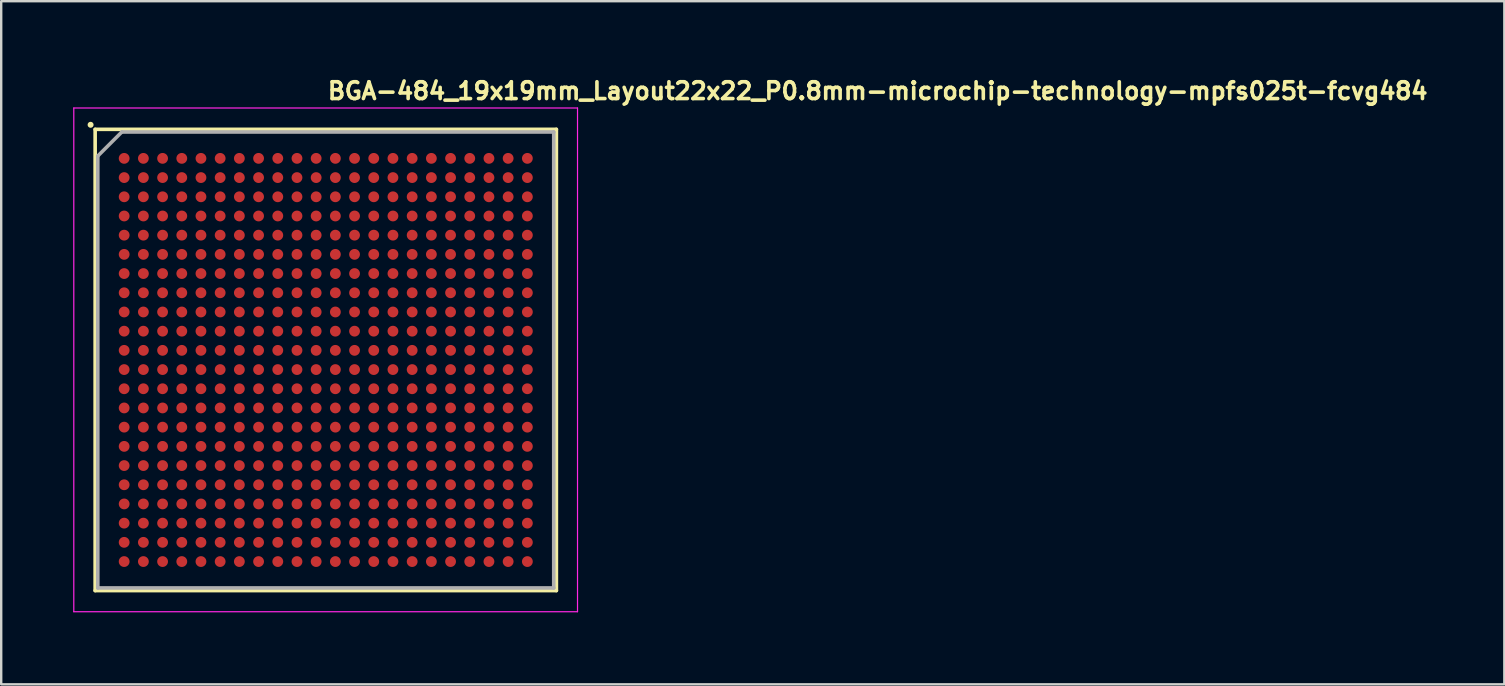
<source format=kicad_pcb>
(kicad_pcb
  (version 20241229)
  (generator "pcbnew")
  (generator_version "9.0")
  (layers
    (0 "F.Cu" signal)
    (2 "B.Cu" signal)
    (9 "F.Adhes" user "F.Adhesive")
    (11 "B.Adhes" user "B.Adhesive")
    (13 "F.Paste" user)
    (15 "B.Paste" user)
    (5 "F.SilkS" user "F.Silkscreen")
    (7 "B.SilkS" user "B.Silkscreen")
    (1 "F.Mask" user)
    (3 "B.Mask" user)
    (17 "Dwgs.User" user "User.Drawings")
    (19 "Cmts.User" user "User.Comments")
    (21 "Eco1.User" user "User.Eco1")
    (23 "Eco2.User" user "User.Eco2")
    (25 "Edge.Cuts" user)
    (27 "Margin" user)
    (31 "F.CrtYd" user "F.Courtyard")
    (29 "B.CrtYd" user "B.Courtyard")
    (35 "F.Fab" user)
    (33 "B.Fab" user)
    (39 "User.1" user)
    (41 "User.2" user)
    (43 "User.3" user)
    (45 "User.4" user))
  (footprint "BGA-484_19x19mm_Layout22x22_P0.8mm-microchip-technology-mpfs025t-fcvg484"
    (layer "F.Cu")
    (at 10.525 11.95)
    (property "Reference" "BGA-484_19x19mm_Layout22x22_P0.8mm-microchip-technology-mpfs025t-fcvg484" (at 0 -10.8 0) (layer "F.SilkS") (effects (font (size 0.7 0.7) (thickness 0.15)) (justify left bottom)))
    (attr smd)
    (fp_line (start -9.61 -9.61) (end 9.609 -9.61) (stroke (width 0.15) (type solid)) (layer "F.SilkS"))
    (fp_line (start -9.61 9.61) (end -9.61 -9.61) (stroke (width 0.15) (type solid)) (layer "F.SilkS"))
    (fp_line (start 9.609 -9.61) (end 9.609 9.609) (stroke (width 0.15) (type solid)) (layer "F.SilkS"))
    (fp_line (start 9.609 9.609) (end -9.61 9.609) (stroke (width 0.15) (type solid)) (layer "F.SilkS"))
    (fp_circle (center -9.8 -9.8) (end -9.75 -9.8) (stroke (width 0.15) (type solid)) (fill yes) (layer "F.SilkS"))
    (fp_line (start -10.5 -10.5) (end -10.5 10.49) (stroke (width 0.05) (type solid)) (layer "F.CrtYd"))
    (fp_line (start -10.5 10.49) (end 10.49 10.49) (stroke (width 0.05) (type solid)) (layer "F.CrtYd"))
    (fp_line (start 10.49 -10.5) (end -10.5 -10.5) (stroke (width 0.05) (type solid)) (layer "F.CrtYd"))
    (fp_line (start 10.49 10.49) (end 10.49 -10.5) (stroke (width 0.05) (type solid)) (layer "F.CrtYd"))
    (fp_line (start -9.5 -8.5) (end -8.5 -9.5) (stroke (width 0.15) (type solid)) (layer "F.Fab"))
    (fp_line (start -9.5 9.499) (end -9.5 -8.5) (stroke (width 0.15) (type solid)) (layer "F.Fab"))
    (fp_line (start -8.5 -9.5) (end 9.499 -9.5) (stroke (width 0.15) (type solid)) (layer "F.Fab"))
    (fp_line (start 9.499 -9.5) (end 9.499 9.499) (stroke (width 0.15) (type solid)) (layer "F.Fab"))
    (fp_line (start 9.499 9.499) (end -9.5 9.499) (stroke (width 0.15) (type solid)) (layer "F.Fab"))
    (fp_line (start -9.5 -9.5) (end -9.5 9.5) (stroke (width 0.1) (type solid)) (layer "User.9"))
    (fp_line (start -9.5 9.5) (end 9.5 9.5) (stroke (width 0.1) (type solid)) (layer "User.9"))
    (fp_line (start -8.075 -7.6) (end -8.071 -7.539) (stroke (width 0.1) (type solid)) (layer "User.9"))
    (fp_line (start -8.071 -7.661) (end -8.075 -7.6) (stroke (width 0.1) (type solid)) (layer "User.9"))
    (fp_line (start -8.071 -7.539) (end -8.059 -7.48) (stroke (width 0.1) (type solid)) (layer "User.9"))
    (fp_line (start -8.059 -7.72) (end -8.071 -7.661) (stroke (width 0.1) (type solid)) (layer "User.9"))
    (fp_line (start -8.059 -7.48) (end -8.04 -7.422) (stroke (width 0.1) (type solid)) (layer "User.9"))
    (fp_line (start -8.04 -7.778) (end -8.059 -7.72) (stroke (width 0.1) (type solid)) (layer "User.9"))
    (fp_line (start -8.04 -7.422) (end -8.014 -7.367) (stroke (width 0.1) (type solid)) (layer "User.9"))
    (fp_line (start -8.014 -7.833) (end -8.04 -7.778) (stroke (width 0.1) (type solid)) (layer "User.9"))
    (fp_line (start -8.014 -7.367) (end -7.981 -7.316) (stroke (width 0.1) (type solid)) (layer "User.9"))
    (fp_line (start -7.981 -7.884) (end -8.014 -7.833) (stroke (width 0.1) (type solid)) (layer "User.9"))
    (fp_line (start -7.981 -7.316) (end -7.941 -7.27) (stroke (width 0.1) (type solid)) (layer "User.9"))
    (fp_line (start -7.941 -7.93) (end -7.981 -7.884) (stroke (width 0.1) (type solid)) (layer "User.9"))
    (fp_line (start -7.941 -7.27) (end -7.896 -7.229) (stroke (width 0.1) (type solid)) (layer "User.9"))
    (fp_line (start -7.896 -7.971) (end -7.941 -7.93) (stroke (width 0.1) (type solid)) (layer "User.9"))
    (fp_line (start -7.896 -7.229) (end -7.846 -7.194) (stroke (width 0.1) (type solid)) (layer "User.9"))
    (fp_line (start -7.846 -8.006) (end -7.896 -7.971) (stroke (width 0.1) (type solid)) (layer "User.9"))
    (fp_line (start -7.846 -7.194) (end -7.792 -7.166) (stroke (width 0.1) (type solid)) (layer "User.9"))
    (fp_line (start -7.792 -8.034) (end -7.846 -8.006) (stroke (width 0.1) (type solid)) (layer "User.9"))
    (fp_line (start -7.792 -7.166) (end -7.735 -7.145) (stroke (width 0.1) (type solid)) (layer "User.9"))
    (fp_line (start -7.735 -8.055) (end -7.792 -8.034) (stroke (width 0.1) (type solid)) (layer "User.9"))
    (fp_line (start -7.735 -7.145) (end -7.676 -7.131) (stroke (width 0.1) (type solid)) (layer "User.9"))
    (fp_line (start -7.676 -8.069) (end -7.735 -8.055) (stroke (width 0.1) (type solid)) (layer "User.9"))
    (fp_line (start -7.676 -7.131) (end -7.615 -7.125) (stroke (width 0.1) (type solid)) (layer "User.9"))
    (fp_line (start -7.615 -8.075) (end -7.676 -8.069) (stroke (width 0.1) (type solid)) (layer "User.9"))
    (fp_line (start -7.615 -7.125) (end -7.554 -7.127) (stroke (width 0.1) (type solid)) (layer "User.9"))
    (fp_line (start -7.554 -8.073) (end -7.615 -8.075) (stroke (width 0.1) (type solid)) (layer "User.9"))
    (fp_line (start -7.554 -7.127) (end -7.494 -7.137) (stroke (width 0.1) (type solid)) (layer "User.9"))
    (fp_line (start -7.494 -8.063) (end -7.554 -8.073) (stroke (width 0.1) (type solid)) (layer "User.9"))
    (fp_line (start -7.494 -7.137) (end -7.436 -7.154) (stroke (width 0.1) (type solid)) (layer "User.9"))
    (fp_line (start -7.436 -8.046) (end -7.494 -8.063) (stroke (width 0.1) (type solid)) (layer "User.9"))
    (fp_line (start -7.436 -7.154) (end -7.38 -7.179) (stroke (width 0.1) (type solid)) (layer "User.9"))
    (fp_line (start -7.38 -8.021) (end -7.436 -8.046) (stroke (width 0.1) (type solid)) (layer "User.9"))
    (fp_line (start -7.38 -7.179) (end -7.328 -7.21) (stroke (width 0.1) (type solid)) (layer "User.9"))
    (fp_line (start -7.328 -7.99) (end -7.38 -8.021) (stroke (width 0.1) (type solid)) (layer "User.9"))
    (fp_line (start -7.328 -7.21) (end -7.281 -7.248) (stroke (width 0.1) (type solid)) (layer "User.9"))
    (fp_line (start -7.281 -7.952) (end -7.328 -7.99) (stroke (width 0.1) (type solid)) (layer "User.9"))
    (fp_line (start -7.281 -7.248) (end -7.238 -7.292) (stroke (width 0.1) (type solid)) (layer "User.9"))
    (fp_line (start -7.238 -7.908) (end -7.281 -7.952) (stroke (width 0.1) (type solid)) (layer "User.9"))
    (fp_line (start -7.238 -7.292) (end -7.202 -7.341) (stroke (width 0.1) (type solid)) (layer "User.9"))
    (fp_line (start -7.202 -7.859) (end -7.238 -7.908) (stroke (width 0.1) (type solid)) (layer "User.9"))
    (fp_line (start -7.202 -7.341) (end -7.172 -7.394) (stroke (width 0.1) (type solid)) (layer "User.9"))
    (fp_line (start -7.172 -7.806) (end -7.202 -7.859) (stroke (width 0.1) (type solid)) (layer "User.9"))
    (fp_line (start -7.172 -7.394) (end -7.149 -7.45) (stroke (width 0.1) (type solid)) (layer "User.9"))
    (fp_line (start -7.149 -7.75) (end -7.172 -7.806) (stroke (width 0.1) (type solid)) (layer "User.9"))
    (fp_line (start -7.149 -7.45) (end -7.134 -7.509) (stroke (width 0.1) (type solid)) (layer "User.9"))
    (fp_line (start -7.134 -7.691) (end -7.149 -7.75) (stroke (width 0.1) (type solid)) (layer "User.9"))
    (fp_line (start -7.134 -7.509) (end -7.126 -7.57) (stroke (width 0.1) (type solid)) (layer "User.9"))
    (fp_line (start -7.126 -7.63) (end -7.134 -7.691) (stroke (width 0.1) (type solid)) (layer "User.9"))
    (fp_line (start -7.126 -7.57) (end -7.126 -7.63) (stroke (width 0.1) (type solid)) (layer "User.9"))
    (fp_line (start 9.5 -9.5) (end -9.5 -9.5) (stroke (width 0.1) (type solid)) (layer "User.9"))
    (fp_line (start 9.5 9.5) (end 9.5 -9.5) (stroke (width 0.1) (type solid)) (layer "User.9"))
    (pad "A1" smd circle (at -8.401 -8.401) (size 0.45 0.45) (layers "F.Cu" "F.Mask" "F.Paste"))
    (pad "A2" smd circle (at -7.6 -8.401) (size 0.45 0.45) (layers "F.Cu" "F.Mask" "F.Paste"))
    (pad "A3" smd circle (at -6.8 -8.401) (size 0.45 0.45) (layers "F.Cu" "F.Mask" "F.Paste"))
    (pad "A4" smd circle (at -6 -8.401) (size 0.45 0.45) (layers "F.Cu" "F.Mask" "F.Paste"))
    (pad "A5" smd circle (at -5.201 -8.401) (size 0.45 0.45) (layers "F.Cu" "F.Mask" "F.Paste"))
    (pad "A6" smd circle (at -4.401 -8.401) (size 0.45 0.45) (layers "F.Cu" "F.Mask" "F.Paste"))
    (pad "A7" smd circle (at -3.601 -8.401) (size 0.45 0.45) (layers "F.Cu" "F.Mask" "F.Paste"))
    (pad "A8" smd circle (at -2.8 -8.401) (size 0.45 0.45) (layers "F.Cu" "F.Mask" "F.Paste"))
    (pad "A9" smd circle (at -2 -8.401) (size 0.45 0.45) (layers "F.Cu" "F.Mask" "F.Paste"))
    (pad "A10" smd circle (at -1.2 -8.401) (size 0.45 0.45) (layers "F.Cu" "F.Mask" "F.Paste"))
    (pad "A11" smd circle (at -0.401 -8.401) (size 0.45 0.45) (layers "F.Cu" "F.Mask" "F.Paste"))
    (pad "A12" smd circle (at 0.4 -8.401) (size 0.45 0.45) (layers "F.Cu" "F.Mask" "F.Paste"))
    (pad "A13" smd circle (at 1.199 -8.401) (size 0.45 0.45) (layers "F.Cu" "F.Mask" "F.Paste"))
    (pad "A14" smd circle (at 1.999 -8.401) (size 0.45 0.45) (layers "F.Cu" "F.Mask" "F.Paste"))
    (pad "A15" smd circle (at 2.799 -8.401) (size 0.45 0.45) (layers "F.Cu" "F.Mask" "F.Paste"))
    (pad "A16" smd circle (at 3.6 -8.401) (size 0.45 0.45) (layers "F.Cu" "F.Mask" "F.Paste"))
    (pad "A17" smd circle (at 4.4 -8.401) (size 0.45 0.45) (layers "F.Cu" "F.Mask" "F.Paste"))
    (pad "A18" smd circle (at 5.2 -8.401) (size 0.45 0.45) (layers "F.Cu" "F.Mask" "F.Paste"))
    (pad "A19" smd circle (at 5.999 -8.401) (size 0.45 0.45) (layers "F.Cu" "F.Mask" "F.Paste"))
    (pad "A20" smd circle (at 6.799 -8.401) (size 0.45 0.45) (layers "F.Cu" "F.Mask" "F.Paste"))
    (pad "A21" smd circle (at 7.599 -8.401) (size 0.45 0.45) (layers "F.Cu" "F.Mask" "F.Paste"))
    (pad "A22" smd circle (at 8.4 -8.401) (size 0.45 0.45) (layers "F.Cu" "F.Mask" "F.Paste"))
    (pad "AA1" smd circle (at -8.401 7.599) (size 0.45 0.45) (layers "F.Cu" "F.Mask" "F.Paste"))
    (pad "AA2" smd circle (at -7.6 7.599) (size 0.45 0.45) (layers "F.Cu" "F.Mask" "F.Paste"))
    (pad "AA3" smd circle (at -6.8 7.599) (size 0.45 0.45) (layers "F.Cu" "F.Mask" "F.Paste"))
    (pad "AA4" smd circle (at -6 7.599) (size 0.45 0.45) (layers "F.Cu" "F.Mask" "F.Paste"))
    (pad "AA5" smd circle (at -5.201 7.599) (size 0.45 0.45) (layers "F.Cu" "F.Mask" "F.Paste"))
    (pad "AA6" smd circle (at -4.401 7.599) (size 0.45 0.45) (layers "F.Cu" "F.Mask" "F.Paste"))
    (pad "AA7" smd circle (at -3.601 7.599) (size 0.45 0.45) (layers "F.Cu" "F.Mask" "F.Paste"))
    (pad "AA8" smd circle (at -2.8 7.599) (size 0.45 0.45) (layers "F.Cu" "F.Mask" "F.Paste"))
    (pad "AA9" smd circle (at -2 7.599) (size 0.45 0.45) (layers "F.Cu" "F.Mask" "F.Paste"))
    (pad "AA10" smd circle (at -1.2 7.599) (size 0.45 0.45) (layers "F.Cu" "F.Mask" "F.Paste"))
    (pad "AA11" smd circle (at -0.401 7.599) (size 0.45 0.45) (layers "F.Cu" "F.Mask" "F.Paste"))
    (pad "AA12" smd circle (at 0.4 7.599) (size 0.45 0.45) (layers "F.Cu" "F.Mask" "F.Paste"))
    (pad "AA13" smd circle (at 1.199 7.599) (size 0.45 0.45) (layers "F.Cu" "F.Mask" "F.Paste"))
    (pad "AA14" smd circle (at 1.999 7.599) (size 0.45 0.45) (layers "F.Cu" "F.Mask" "F.Paste"))
    (pad "AA15" smd circle (at 2.799 7.599) (size 0.45 0.45) (layers "F.Cu" "F.Mask" "F.Paste"))
    (pad "AA16" smd circle (at 3.6 7.599) (size 0.45 0.45) (layers "F.Cu" "F.Mask" "F.Paste"))
    (pad "AA17" smd circle (at 4.4 7.599) (size 0.45 0.45) (layers "F.Cu" "F.Mask" "F.Paste"))
    (pad "AA18" smd circle (at 5.2 7.599) (size 0.45 0.45) (layers "F.Cu" "F.Mask" "F.Paste"))
    (pad "AA19" smd circle (at 5.999 7.599) (size 0.45 0.45) (layers "F.Cu" "F.Mask" "F.Paste"))
    (pad "AA20" smd circle (at 6.799 7.599) (size 0.45 0.45) (layers "F.Cu" "F.Mask" "F.Paste"))
    (pad "AA21" smd circle (at 7.599 7.599) (size 0.45 0.45) (layers "F.Cu" "F.Mask" "F.Paste"))
    (pad "AA22" smd circle (at 8.4 7.599) (size 0.45 0.45) (layers "F.Cu" "F.Mask" "F.Paste"))
    (pad "AB1" smd circle (at -8.401 8.4) (size 0.45 0.45) (layers "F.Cu" "F.Mask" "F.Paste"))
    (pad "AB2" smd circle (at -7.6 8.4) (size 0.45 0.45) (layers "F.Cu" "F.Mask" "F.Paste"))
    (pad "AB3" smd circle (at -6.8 8.4) (size 0.45 0.45) (layers "F.Cu" "F.Mask" "F.Paste"))
    (pad "AB4" smd circle (at -6 8.4) (size 0.45 0.45) (layers "F.Cu" "F.Mask" "F.Paste"))
    (pad "AB5" smd circle (at -5.201 8.4) (size 0.45 0.45) (layers "F.Cu" "F.Mask" "F.Paste"))
    (pad "AB6" smd circle (at -4.401 8.4) (size 0.45 0.45) (layers "F.Cu" "F.Mask" "F.Paste"))
    (pad "AB7" smd circle (at -3.601 8.4) (size 0.45 0.45) (layers "F.Cu" "F.Mask" "F.Paste"))
    (pad "AB8" smd circle (at -2.8 8.4) (size 0.45 0.45) (layers "F.Cu" "F.Mask" "F.Paste"))
    (pad "AB9" smd circle (at -2 8.4) (size 0.45 0.45) (layers "F.Cu" "F.Mask" "F.Paste"))
    (pad "AB10" smd circle (at -1.2 8.4) (size 0.45 0.45) (layers "F.Cu" "F.Mask" "F.Paste"))
    (pad "AB11" smd circle (at -0.401 8.4) (size 0.45 0.45) (layers "F.Cu" "F.Mask" "F.Paste"))
    (pad "AB12" smd circle (at 0.4 8.4) (size 0.45 0.45) (layers "F.Cu" "F.Mask" "F.Paste"))
    (pad "AB13" smd circle (at 1.199 8.4) (size 0.45 0.45) (layers "F.Cu" "F.Mask" "F.Paste"))
    (pad "AB14" smd circle (at 1.999 8.4) (size 0.45 0.45) (layers "F.Cu" "F.Mask" "F.Paste"))
    (pad "AB15" smd circle (at 2.799 8.4) (size 0.45 0.45) (layers "F.Cu" "F.Mask" "F.Paste"))
    (pad "AB16" smd circle (at 3.6 8.4) (size 0.45 0.45) (layers "F.Cu" "F.Mask" "F.Paste"))
    (pad "AB17" smd circle (at 4.4 8.4) (size 0.45 0.45) (layers "F.Cu" "F.Mask" "F.Paste"))
    (pad "AB18" smd circle (at 5.2 8.4) (size 0.45 0.45) (layers "F.Cu" "F.Mask" "F.Paste"))
    (pad "AB19" smd circle (at 5.999 8.4) (size 0.45 0.45) (layers "F.Cu" "F.Mask" "F.Paste"))
    (pad "AB20" smd circle (at 6.799 8.4) (size 0.45 0.45) (layers "F.Cu" "F.Mask" "F.Paste"))
    (pad "AB21" smd circle (at 7.599 8.4) (size 0.45 0.45) (layers "F.Cu" "F.Mask" "F.Paste"))
    (pad "AB22" smd circle (at 8.4 8.4) (size 0.45 0.45) (layers "F.Cu" "F.Mask" "F.Paste"))
    (pad "B1" smd circle (at -8.401 -7.6) (size 0.45 0.45) (layers "F.Cu" "F.Mask" "F.Paste"))
    (pad "B2" smd circle (at -7.6 -7.6) (size 0.45 0.45) (layers "F.Cu" "F.Mask" "F.Paste"))
    (pad "B3" smd circle (at -6.8 -7.6) (size 0.45 0.45) (layers "F.Cu" "F.Mask" "F.Paste"))
    (pad "B4" smd circle (at -6 -7.6) (size 0.45 0.45) (layers "F.Cu" "F.Mask" "F.Paste"))
    (pad "B5" smd circle (at -5.201 -7.6) (size 0.45 0.45) (layers "F.Cu" "F.Mask" "F.Paste"))
    (pad "B6" smd circle (at -4.401 -7.6) (size 0.45 0.45) (layers "F.Cu" "F.Mask" "F.Paste"))
    (pad "B7" smd circle (at -3.601 -7.6) (size 0.45 0.45) (layers "F.Cu" "F.Mask" "F.Paste"))
    (pad "B8" smd circle (at -2.8 -7.6) (size 0.45 0.45) (layers "F.Cu" "F.Mask" "F.Paste"))
    (pad "B9" smd circle (at -2 -7.6) (size 0.45 0.45) (layers "F.Cu" "F.Mask" "F.Paste"))
    (pad "B10" smd circle (at -1.2 -7.6) (size 0.45 0.45) (layers "F.Cu" "F.Mask" "F.Paste"))
    (pad "B11" smd circle (at -0.401 -7.6) (size 0.45 0.45) (layers "F.Cu" "F.Mask" "F.Paste"))
    (pad "B12" smd circle (at 0.4 -7.6) (size 0.45 0.45) (layers "F.Cu" "F.Mask" "F.Paste"))
    (pad "B13" smd circle (at 1.199 -7.6) (size 0.45 0.45) (layers "F.Cu" "F.Mask" "F.Paste"))
    (pad "B14" smd circle (at 1.999 -7.6) (size 0.45 0.45) (layers "F.Cu" "F.Mask" "F.Paste"))
    (pad "B15" smd circle (at 2.799 -7.6) (size 0.45 0.45) (layers "F.Cu" "F.Mask" "F.Paste"))
    (pad "B16" smd circle (at 3.6 -7.6) (size 0.45 0.45) (layers "F.Cu" "F.Mask" "F.Paste"))
    (pad "B17" smd circle (at 4.4 -7.6) (size 0.45 0.45) (layers "F.Cu" "F.Mask" "F.Paste"))
    (pad "B18" smd circle (at 5.2 -7.6) (size 0.45 0.45) (layers "F.Cu" "F.Mask" "F.Paste"))
    (pad "B19" smd circle (at 5.999 -7.6) (size 0.45 0.45) (layers "F.Cu" "F.Mask" "F.Paste"))
    (pad "B20" smd circle (at 6.799 -7.6) (size 0.45 0.45) (layers "F.Cu" "F.Mask" "F.Paste"))
    (pad "B21" smd circle (at 7.599 -7.6) (size 0.45 0.45) (layers "F.Cu" "F.Mask" "F.Paste"))
    (pad "B22" smd circle (at 8.4 -7.6) (size 0.45 0.45) (layers "F.Cu" "F.Mask" "F.Paste"))
    (pad "C1" smd circle (at -8.401 -6.8) (size 0.45 0.45) (layers "F.Cu" "F.Mask" "F.Paste"))
    (pad "C2" smd circle (at -7.6 -6.8) (size 0.45 0.45) (layers "F.Cu" "F.Mask" "F.Paste"))
    (pad "C3" smd circle (at -6.8 -6.8) (size 0.45 0.45) (layers "F.Cu" "F.Mask" "F.Paste"))
    (pad "C4" smd circle (at -6 -6.8) (size 0.45 0.45) (layers "F.Cu" "F.Mask" "F.Paste"))
    (pad "C5" smd circle (at -5.201 -6.8) (size 0.45 0.45) (layers "F.Cu" "F.Mask" "F.Paste"))
    (pad "C6" smd circle (at -4.401 -6.8) (size 0.45 0.45) (layers "F.Cu" "F.Mask" "F.Paste"))
    (pad "C7" smd circle (at -3.601 -6.8) (size 0.45 0.45) (layers "F.Cu" "F.Mask" "F.Paste"))
    (pad "C8" smd circle (at -2.8 -6.8) (size 0.45 0.45) (layers "F.Cu" "F.Mask" "F.Paste"))
    (pad "C9" smd circle (at -2 -6.8) (size 0.45 0.45) (layers "F.Cu" "F.Mask" "F.Paste"))
    (pad "C10" smd circle (at -1.2 -6.8) (size 0.45 0.45) (layers "F.Cu" "F.Mask" "F.Paste"))
    (pad "C11" smd circle (at -0.401 -6.8) (size 0.45 0.45) (layers "F.Cu" "F.Mask" "F.Paste"))
    (pad "C12" smd circle (at 0.4 -6.8) (size 0.45 0.45) (layers "F.Cu" "F.Mask" "F.Paste"))
    (pad "C13" smd circle (at 1.199 -6.8) (size 0.45 0.45) (layers "F.Cu" "F.Mask" "F.Paste"))
    (pad "C14" smd circle (at 1.999 -6.8) (size 0.45 0.45) (layers "F.Cu" "F.Mask" "F.Paste"))
    (pad "C15" smd circle (at 2.799 -6.8) (size 0.45 0.45) (layers "F.Cu" "F.Mask" "F.Paste"))
    (pad "C16" smd circle (at 3.6 -6.8) (size 0.45 0.45) (layers "F.Cu" "F.Mask" "F.Paste"))
    (pad "C17" smd circle (at 4.4 -6.8) (size 0.45 0.45) (layers "F.Cu" "F.Mask" "F.Paste"))
    (pad "C18" smd circle (at 5.2 -6.8) (size 0.45 0.45) (layers "F.Cu" "F.Mask" "F.Paste"))
    (pad "C19" smd circle (at 5.999 -6.8) (size 0.45 0.45) (layers "F.Cu" "F.Mask" "F.Paste"))
    (pad "C20" smd circle (at 6.799 -6.8) (size 0.45 0.45) (layers "F.Cu" "F.Mask" "F.Paste"))
    (pad "C21" smd circle (at 7.599 -6.8) (size 0.45 0.45) (layers "F.Cu" "F.Mask" "F.Paste"))
    (pad "C22" smd circle (at 8.4 -6.8) (size 0.45 0.45) (layers "F.Cu" "F.Mask" "F.Paste"))
    (pad "D1" smd circle (at -8.401 -6) (size 0.45 0.45) (layers "F.Cu" "F.Mask" "F.Paste"))
    (pad "D2" smd circle (at -7.6 -6) (size 0.45 0.45) (layers "F.Cu" "F.Mask" "F.Paste"))
    (pad "D3" smd circle (at -6.8 -6) (size 0.45 0.45) (layers "F.Cu" "F.Mask" "F.Paste"))
    (pad "D4" smd circle (at -6 -6) (size 0.45 0.45) (layers "F.Cu" "F.Mask" "F.Paste"))
    (pad "D5" smd circle (at -5.201 -6) (size 0.45 0.45) (layers "F.Cu" "F.Mask" "F.Paste"))
    (pad "D6" smd circle (at -4.401 -6) (size 0.45 0.45) (layers "F.Cu" "F.Mask" "F.Paste"))
    (pad "D7" smd circle (at -3.601 -6) (size 0.45 0.45) (layers "F.Cu" "F.Mask" "F.Paste"))
    (pad "D8" smd circle (at -2.8 -6) (size 0.45 0.45) (layers "F.Cu" "F.Mask" "F.Paste"))
    (pad "D9" smd circle (at -2 -6) (size 0.45 0.45) (layers "F.Cu" "F.Mask" "F.Paste"))
    (pad "D10" smd circle (at -1.2 -6) (size 0.45 0.45) (layers "F.Cu" "F.Mask" "F.Paste"))
    (pad "D11" smd circle (at -0.401 -6) (size 0.45 0.45) (layers "F.Cu" "F.Mask" "F.Paste"))
    (pad "D12" smd circle (at 0.4 -6) (size 0.45 0.45) (layers "F.Cu" "F.Mask" "F.Paste"))
    (pad "D13" smd circle (at 1.199 -6) (size 0.45 0.45) (layers "F.Cu" "F.Mask" "F.Paste"))
    (pad "D14" smd circle (at 1.999 -6) (size 0.45 0.45) (layers "F.Cu" "F.Mask" "F.Paste"))
    (pad "D15" smd circle (at 2.799 -6) (size 0.45 0.45) (layers "F.Cu" "F.Mask" "F.Paste"))
    (pad "D16" smd circle (at 3.6 -6) (size 0.45 0.45) (layers "F.Cu" "F.Mask" "F.Paste"))
    (pad "D17" smd circle (at 4.4 -6) (size 0.45 0.45) (layers "F.Cu" "F.Mask" "F.Paste"))
    (pad "D18" smd circle (at 5.2 -6) (size 0.45 0.45) (layers "F.Cu" "F.Mask" "F.Paste"))
    (pad "D19" smd circle (at 5.999 -6) (size 0.45 0.45) (layers "F.Cu" "F.Mask" "F.Paste"))
    (pad "D20" smd circle (at 6.799 -6) (size 0.45 0.45) (layers "F.Cu" "F.Mask" "F.Paste"))
    (pad "D21" smd circle (at 7.599 -6) (size 0.45 0.45) (layers "F.Cu" "F.Mask" "F.Paste"))
    (pad "D22" smd circle (at 8.4 -6) (size 0.45 0.45) (layers "F.Cu" "F.Mask" "F.Paste"))
    (pad "E1" smd circle (at -8.401 -5.201) (size 0.45 0.45) (layers "F.Cu" "F.Mask" "F.Paste"))
    (pad "E2" smd circle (at -7.6 -5.201) (size 0.45 0.45) (layers "F.Cu" "F.Mask" "F.Paste"))
    (pad "E3" smd circle (at -6.8 -5.201) (size 0.45 0.45) (layers "F.Cu" "F.Mask" "F.Paste"))
    (pad "E4" smd circle (at -6 -5.201) (size 0.45 0.45) (layers "F.Cu" "F.Mask" "F.Paste"))
    (pad "E5" smd circle (at -5.201 -5.201) (size 0.45 0.45) (layers "F.Cu" "F.Mask" "F.Paste"))
    (pad "E6" smd circle (at -4.401 -5.201) (size 0.45 0.45) (layers "F.Cu" "F.Mask" "F.Paste"))
    (pad "E7" smd circle (at -3.601 -5.201) (size 0.45 0.45) (layers "F.Cu" "F.Mask" "F.Paste"))
    (pad "E8" smd circle (at -2.8 -5.201) (size 0.45 0.45) (layers "F.Cu" "F.Mask" "F.Paste"))
    (pad "E9" smd circle (at -2 -5.201) (size 0.45 0.45) (layers "F.Cu" "F.Mask" "F.Paste"))
    (pad "E10" smd circle (at -1.2 -5.201) (size 0.45 0.45) (layers "F.Cu" "F.Mask" "F.Paste"))
    (pad "E11" smd circle (at -0.401 -5.201) (size 0.45 0.45) (layers "F.Cu" "F.Mask" "F.Paste"))
    (pad "E12" smd circle (at 0.4 -5.201) (size 0.45 0.45) (layers "F.Cu" "F.Mask" "F.Paste"))
    (pad "E13" smd circle (at 1.199 -5.201) (size 0.45 0.45) (layers "F.Cu" "F.Mask" "F.Paste"))
    (pad "E14" smd circle (at 1.999 -5.201) (size 0.45 0.45) (layers "F.Cu" "F.Mask" "F.Paste"))
    (pad "E15" smd circle (at 2.799 -5.201) (size 0.45 0.45) (layers "F.Cu" "F.Mask" "F.Paste"))
    (pad "E16" smd circle (at 3.6 -5.201) (size 0.45 0.45) (layers "F.Cu" "F.Mask" "F.Paste"))
    (pad "E17" smd circle (at 4.4 -5.201) (size 0.45 0.45) (layers "F.Cu" "F.Mask" "F.Paste"))
    (pad "E18" smd circle (at 5.2 -5.201) (size 0.45 0.45) (layers "F.Cu" "F.Mask" "F.Paste"))
    (pad "E19" smd circle (at 5.999 -5.201) (size 0.45 0.45) (layers "F.Cu" "F.Mask" "F.Paste"))
    (pad "E20" smd circle (at 6.799 -5.201) (size 0.45 0.45) (layers "F.Cu" "F.Mask" "F.Paste"))
    (pad "E21" smd circle (at 7.599 -5.201) (size 0.45 0.45) (layers "F.Cu" "F.Mask" "F.Paste"))
    (pad "E22" smd circle (at 8.4 -5.201) (size 0.45 0.45) (layers "F.Cu" "F.Mask" "F.Paste"))
    (pad "F1" smd circle (at -8.401 -4.401) (size 0.45 0.45) (layers "F.Cu" "F.Mask" "F.Paste"))
    (pad "F2" smd circle (at -7.6 -4.401) (size 0.45 0.45) (layers "F.Cu" "F.Mask" "F.Paste"))
    (pad "F3" smd circle (at -6.8 -4.401) (size 0.45 0.45) (layers "F.Cu" "F.Mask" "F.Paste"))
    (pad "F4" smd circle (at -6 -4.401) (size 0.45 0.45) (layers "F.Cu" "F.Mask" "F.Paste"))
    (pad "F5" smd circle (at -5.201 -4.401) (size 0.45 0.45) (layers "F.Cu" "F.Mask" "F.Paste"))
    (pad "F6" smd circle (at -4.401 -4.401) (size 0.45 0.45) (layers "F.Cu" "F.Mask" "F.Paste"))
    (pad "F7" smd circle (at -3.601 -4.401) (size 0.45 0.45) (layers "F.Cu" "F.Mask" "F.Paste"))
    (pad "F8" smd circle (at -2.8 -4.401) (size 0.45 0.45) (layers "F.Cu" "F.Mask" "F.Paste"))
    (pad "F9" smd circle (at -2 -4.401) (size 0.45 0.45) (layers "F.Cu" "F.Mask" "F.Paste"))
    (pad "F10" smd circle (at -1.2 -4.401) (size 0.45 0.45) (layers "F.Cu" "F.Mask" "F.Paste"))
    (pad "F11" smd circle (at -0.401 -4.401) (size 0.45 0.45) (layers "F.Cu" "F.Mask" "F.Paste"))
    (pad "F12" smd circle (at 0.4 -4.401) (size 0.45 0.45) (layers "F.Cu" "F.Mask" "F.Paste"))
    (pad "F13" smd circle (at 1.199 -4.401) (size 0.45 0.45) (layers "F.Cu" "F.Mask" "F.Paste"))
    (pad "F14" smd circle (at 1.999 -4.401) (size 0.45 0.45) (layers "F.Cu" "F.Mask" "F.Paste"))
    (pad "F15" smd circle (at 2.799 -4.401) (size 0.45 0.45) (layers "F.Cu" "F.Mask" "F.Paste"))
    (pad "F16" smd circle (at 3.6 -4.401) (size 0.45 0.45) (layers "F.Cu" "F.Mask" "F.Paste"))
    (pad "F17" smd circle (at 4.4 -4.401) (size 0.45 0.45) (layers "F.Cu" "F.Mask" "F.Paste"))
    (pad "F18" smd circle (at 5.2 -4.401) (size 0.45 0.45) (layers "F.Cu" "F.Mask" "F.Paste"))
    (pad "F19" smd circle (at 5.999 -4.401) (size 0.45 0.45) (layers "F.Cu" "F.Mask" "F.Paste"))
    (pad "F20" smd circle (at 6.799 -4.401) (size 0.45 0.45) (layers "F.Cu" "F.Mask" "F.Paste"))
    (pad "F21" smd circle (at 7.599 -4.401) (size 0.45 0.45) (layers "F.Cu" "F.Mask" "F.Paste"))
    (pad "F22" smd circle (at 8.4 -4.401) (size 0.45 0.45) (layers "F.Cu" "F.Mask" "F.Paste"))
    (pad "G1" smd circle (at -8.401 -3.601) (size 0.45 0.45) (layers "F.Cu" "F.Mask" "F.Paste"))
    (pad "G2" smd circle (at -7.6 -3.601) (size 0.45 0.45) (layers "F.Cu" "F.Mask" "F.Paste"))
    (pad "G3" smd circle (at -6.8 -3.601) (size 0.45 0.45) (layers "F.Cu" "F.Mask" "F.Paste"))
    (pad "G4" smd circle (at -6 -3.601) (size 0.45 0.45) (layers "F.Cu" "F.Mask" "F.Paste"))
    (pad "G5" smd circle (at -5.201 -3.601) (size 0.45 0.45) (layers "F.Cu" "F.Mask" "F.Paste"))
    (pad "G6" smd circle (at -4.401 -3.601) (size 0.45 0.45) (layers "F.Cu" "F.Mask" "F.Paste"))
    (pad "G7" smd circle (at -3.601 -3.601) (size 0.45 0.45) (layers "F.Cu" "F.Mask" "F.Paste"))
    (pad "G8" smd circle (at -2.8 -3.601) (size 0.45 0.45) (layers "F.Cu" "F.Mask" "F.Paste"))
    (pad "G9" smd circle (at -2 -3.601) (size 0.45 0.45) (layers "F.Cu" "F.Mask" "F.Paste"))
    (pad "G10" smd circle (at -1.2 -3.601) (size 0.45 0.45) (layers "F.Cu" "F.Mask" "F.Paste"))
    (pad "G11" smd circle (at -0.401 -3.601) (size 0.45 0.45) (layers "F.Cu" "F.Mask" "F.Paste"))
    (pad "G12" smd circle (at 0.4 -3.601) (size 0.45 0.45) (layers "F.Cu" "F.Mask" "F.Paste"))
    (pad "G13" smd circle (at 1.199 -3.601) (size 0.45 0.45) (layers "F.Cu" "F.Mask" "F.Paste"))
    (pad "G14" smd circle (at 1.999 -3.601) (size 0.45 0.45) (layers "F.Cu" "F.Mask" "F.Paste"))
    (pad "G15" smd circle (at 2.799 -3.601) (size 0.45 0.45) (layers "F.Cu" "F.Mask" "F.Paste"))
    (pad "G16" smd circle (at 3.6 -3.601) (size 0.45 0.45) (layers "F.Cu" "F.Mask" "F.Paste"))
    (pad "G17" smd circle (at 4.4 -3.601) (size 0.45 0.45) (layers "F.Cu" "F.Mask" "F.Paste"))
    (pad "G18" smd circle (at 5.2 -3.601) (size 0.45 0.45) (layers "F.Cu" "F.Mask" "F.Paste"))
    (pad "G19" smd circle (at 5.999 -3.601) (size 0.45 0.45) (layers "F.Cu" "F.Mask" "F.Paste"))
    (pad "G20" smd circle (at 6.799 -3.601) (size 0.45 0.45) (layers "F.Cu" "F.Mask" "F.Paste"))
    (pad "G21" smd circle (at 7.599 -3.601) (size 0.45 0.45) (layers "F.Cu" "F.Mask" "F.Paste"))
    (pad "G22" smd circle (at 8.4 -3.601) (size 0.45 0.45) (layers "F.Cu" "F.Mask" "F.Paste"))
    (pad "H1" smd circle (at -8.401 -2.8) (size 0.45 0.45) (layers "F.Cu" "F.Mask" "F.Paste"))
    (pad "H2" smd circle (at -7.6 -2.8) (size 0.45 0.45) (layers "F.Cu" "F.Mask" "F.Paste"))
    (pad "H3" smd circle (at -6.8 -2.8) (size 0.45 0.45) (layers "F.Cu" "F.Mask" "F.Paste"))
    (pad "H4" smd circle (at -6 -2.8) (size 0.45 0.45) (layers "F.Cu" "F.Mask" "F.Paste"))
    (pad "H5" smd circle (at -5.201 -2.8) (size 0.45 0.45) (layers "F.Cu" "F.Mask" "F.Paste"))
    (pad "H6" smd circle (at -4.401 -2.8) (size 0.45 0.45) (layers "F.Cu" "F.Mask" "F.Paste"))
    (pad "H7" smd circle (at -3.601 -2.8) (size 0.45 0.45) (layers "F.Cu" "F.Mask" "F.Paste"))
    (pad "H8" smd circle (at -2.8 -2.8) (size 0.45 0.45) (layers "F.Cu" "F.Mask" "F.Paste"))
    (pad "H9" smd circle (at -2 -2.8) (size 0.45 0.45) (layers "F.Cu" "F.Mask" "F.Paste"))
    (pad "H10" smd circle (at -1.2 -2.8) (size 0.45 0.45) (layers "F.Cu" "F.Mask" "F.Paste"))
    (pad "H11" smd circle (at -0.401 -2.8) (size 0.45 0.45) (layers "F.Cu" "F.Mask" "F.Paste"))
    (pad "H12" smd circle (at 0.4 -2.8) (size 0.45 0.45) (layers "F.Cu" "F.Mask" "F.Paste"))
    (pad "H13" smd circle (at 1.199 -2.8) (size 0.45 0.45) (layers "F.Cu" "F.Mask" "F.Paste"))
    (pad "H14" smd circle (at 1.999 -2.8) (size 0.45 0.45) (layers "F.Cu" "F.Mask" "F.Paste"))
    (pad "H15" smd circle (at 2.799 -2.8) (size 0.45 0.45) (layers "F.Cu" "F.Mask" "F.Paste"))
    (pad "H16" smd circle (at 3.6 -2.8) (size 0.45 0.45) (layers "F.Cu" "F.Mask" "F.Paste"))
    (pad "H17" smd circle (at 4.4 -2.8) (size 0.45 0.45) (layers "F.Cu" "F.Mask" "F.Paste"))
    (pad "H18" smd circle (at 5.2 -2.8) (size 0.45 0.45) (layers "F.Cu" "F.Mask" "F.Paste"))
    (pad "H19" smd circle (at 5.999 -2.8) (size 0.45 0.45) (layers "F.Cu" "F.Mask" "F.Paste"))
    (pad "H20" smd circle (at 6.799 -2.8) (size 0.45 0.45) (layers "F.Cu" "F.Mask" "F.Paste"))
    (pad "H21" smd circle (at 7.599 -2.8) (size 0.45 0.45) (layers "F.Cu" "F.Mask" "F.Paste"))
    (pad "H22" smd circle (at 8.4 -2.8) (size 0.45 0.45) (layers "F.Cu" "F.Mask" "F.Paste"))
    (pad "J1" smd circle (at -8.401 -2) (size 0.45 0.45) (layers "F.Cu" "F.Mask" "F.Paste"))
    (pad "J2" smd circle (at -7.6 -2) (size 0.45 0.45) (layers "F.Cu" "F.Mask" "F.Paste"))
    (pad "J3" smd circle (at -6.8 -2) (size 0.45 0.45) (layers "F.Cu" "F.Mask" "F.Paste"))
    (pad "J4" smd circle (at -6 -2) (size 0.45 0.45) (layers "F.Cu" "F.Mask" "F.Paste"))
    (pad "J5" smd circle (at -5.201 -2) (size 0.45 0.45) (layers "F.Cu" "F.Mask" "F.Paste"))
    (pad "J6" smd circle (at -4.401 -2) (size 0.45 0.45) (layers "F.Cu" "F.Mask" "F.Paste"))
    (pad "J7" smd circle (at -3.601 -2) (size 0.45 0.45) (layers "F.Cu" "F.Mask" "F.Paste"))
    (pad "J8" smd circle (at -2.8 -2) (size 0.45 0.45) (layers "F.Cu" "F.Mask" "F.Paste"))
    (pad "J9" smd circle (at -2 -2) (size 0.45 0.45) (layers "F.Cu" "F.Mask" "F.Paste"))
    (pad "J10" smd circle (at -1.2 -2) (size 0.45 0.45) (layers "F.Cu" "F.Mask" "F.Paste"))
    (pad "J11" smd circle (at -0.401 -2) (size 0.45 0.45) (layers "F.Cu" "F.Mask" "F.Paste"))
    (pad "J12" smd circle (at 0.4 -2) (size 0.45 0.45) (layers "F.Cu" "F.Mask" "F.Paste"))
    (pad "J13" smd circle (at 1.199 -2) (size 0.45 0.45) (layers "F.Cu" "F.Mask" "F.Paste"))
    (pad "J14" smd circle (at 1.999 -2) (size 0.45 0.45) (layers "F.Cu" "F.Mask" "F.Paste"))
    (pad "J15" smd circle (at 2.799 -2) (size 0.45 0.45) (layers "F.Cu" "F.Mask" "F.Paste"))
    (pad "J16" smd circle (at 3.6 -2) (size 0.45 0.45) (layers "F.Cu" "F.Mask" "F.Paste"))
    (pad "J17" smd circle (at 4.4 -2) (size 0.45 0.45) (layers "F.Cu" "F.Mask" "F.Paste"))
    (pad "J18" smd circle (at 5.2 -2) (size 0.45 0.45) (layers "F.Cu" "F.Mask" "F.Paste"))
    (pad "J19" smd circle (at 5.999 -2) (size 0.45 0.45) (layers "F.Cu" "F.Mask" "F.Paste"))
    (pad "J20" smd circle (at 6.799 -2) (size 0.45 0.45) (layers "F.Cu" "F.Mask" "F.Paste"))
    (pad "J21" smd circle (at 7.599 -2) (size 0.45 0.45) (layers "F.Cu" "F.Mask" "F.Paste"))
    (pad "J22" smd circle (at 8.4 -2) (size 0.45 0.45) (layers "F.Cu" "F.Mask" "F.Paste"))
    (pad "K1" smd circle (at -8.401 -1.2) (size 0.45 0.45) (layers "F.Cu" "F.Mask" "F.Paste"))
    (pad "K2" smd circle (at -7.6 -1.2) (size 0.45 0.45) (layers "F.Cu" "F.Mask" "F.Paste"))
    (pad "K3" smd circle (at -6.8 -1.2) (size 0.45 0.45) (layers "F.Cu" "F.Mask" "F.Paste"))
    (pad "K4" smd circle (at -6 -1.2) (size 0.45 0.45) (layers "F.Cu" "F.Mask" "F.Paste"))
    (pad "K5" smd circle (at -5.201 -1.2) (size 0.45 0.45) (layers "F.Cu" "F.Mask" "F.Paste"))
    (pad "K6" smd circle (at -4.401 -1.2) (size 0.45 0.45) (layers "F.Cu" "F.Mask" "F.Paste"))
    (pad "K7" smd circle (at -3.601 -1.2) (size 0.45 0.45) (layers "F.Cu" "F.Mask" "F.Paste"))
    (pad "K8" smd circle (at -2.8 -1.2) (size 0.45 0.45) (layers "F.Cu" "F.Mask" "F.Paste"))
    (pad "K9" smd circle (at -2 -1.2) (size 0.45 0.45) (layers "F.Cu" "F.Mask" "F.Paste"))
    (pad "K10" smd circle (at -1.2 -1.2) (size 0.45 0.45) (layers "F.Cu" "F.Mask" "F.Paste"))
    (pad "K11" smd circle (at -0.401 -1.2) (size 0.45 0.45) (layers "F.Cu" "F.Mask" "F.Paste"))
    (pad "K12" smd circle (at 0.4 -1.2) (size 0.45 0.45) (layers "F.Cu" "F.Mask" "F.Paste"))
    (pad "K13" smd circle (at 1.199 -1.2) (size 0.45 0.45) (layers "F.Cu" "F.Mask" "F.Paste"))
    (pad "K14" smd circle (at 1.999 -1.2) (size 0.45 0.45) (layers "F.Cu" "F.Mask" "F.Paste"))
    (pad "K15" smd circle (at 2.799 -1.2) (size 0.45 0.45) (layers "F.Cu" "F.Mask" "F.Paste"))
    (pad "K16" smd circle (at 3.6 -1.2) (size 0.45 0.45) (layers "F.Cu" "F.Mask" "F.Paste"))
    (pad "K17" smd circle (at 4.4 -1.2) (size 0.45 0.45) (layers "F.Cu" "F.Mask" "F.Paste"))
    (pad "K18" smd circle (at 5.2 -1.2) (size 0.45 0.45) (layers "F.Cu" "F.Mask" "F.Paste"))
    (pad "K19" smd circle (at 5.999 -1.2) (size 0.45 0.45) (layers "F.Cu" "F.Mask" "F.Paste"))
    (pad "K20" smd circle (at 6.799 -1.2) (size 0.45 0.45) (layers "F.Cu" "F.Mask" "F.Paste"))
    (pad "K21" smd circle (at 7.599 -1.2) (size 0.45 0.45) (layers "F.Cu" "F.Mask" "F.Paste"))
    (pad "K22" smd circle (at 8.4 -1.2) (size 0.45 0.45) (layers "F.Cu" "F.Mask" "F.Paste"))
    (pad "L1" smd circle (at -8.401 -0.401) (size 0.45 0.45) (layers "F.Cu" "F.Mask" "F.Paste"))
    (pad "L2" smd circle (at -7.6 -0.401) (size 0.45 0.45) (layers "F.Cu" "F.Mask" "F.Paste"))
    (pad "L3" smd circle (at -6.8 -0.401) (size 0.45 0.45) (layers "F.Cu" "F.Mask" "F.Paste"))
    (pad "L4" smd circle (at -6 -0.401) (size 0.45 0.45) (layers "F.Cu" "F.Mask" "F.Paste"))
    (pad "L5" smd circle (at -5.201 -0.401) (size 0.45 0.45) (layers "F.Cu" "F.Mask" "F.Paste"))
    (pad "L6" smd circle (at -4.401 -0.401) (size 0.45 0.45) (layers "F.Cu" "F.Mask" "F.Paste"))
    (pad "L7" smd circle (at -3.601 -0.401) (size 0.45 0.45) (layers "F.Cu" "F.Mask" "F.Paste"))
    (pad "L8" smd circle (at -2.8 -0.401) (size 0.45 0.45) (layers "F.Cu" "F.Mask" "F.Paste"))
    (pad "L9" smd circle (at -2 -0.401) (size 0.45 0.45) (layers "F.Cu" "F.Mask" "F.Paste"))
    (pad "L10" smd circle (at -1.2 -0.401) (size 0.45 0.45) (layers "F.Cu" "F.Mask" "F.Paste"))
    (pad "L11" smd circle (at -0.401 -0.401) (size 0.45 0.45) (layers "F.Cu" "F.Mask" "F.Paste"))
    (pad "L12" smd circle (at 0.4 -0.401) (size 0.45 0.45) (layers "F.Cu" "F.Mask" "F.Paste"))
    (pad "L13" smd circle (at 1.199 -0.401) (size 0.45 0.45) (layers "F.Cu" "F.Mask" "F.Paste"))
    (pad "L14" smd circle (at 1.999 -0.401) (size 0.45 0.45) (layers "F.Cu" "F.Mask" "F.Paste"))
    (pad "L15" smd circle (at 2.799 -0.401) (size 0.45 0.45) (layers "F.Cu" "F.Mask" "F.Paste"))
    (pad "L16" smd circle (at 3.6 -0.401) (size 0.45 0.45) (layers "F.Cu" "F.Mask" "F.Paste"))
    (pad "L17" smd circle (at 4.4 -0.401) (size 0.45 0.45) (layers "F.Cu" "F.Mask" "F.Paste"))
    (pad "L18" smd circle (at 5.2 -0.401) (size 0.45 0.45) (layers "F.Cu" "F.Mask" "F.Paste"))
    (pad "L19" smd circle (at 5.999 -0.401) (size 0.45 0.45) (layers "F.Cu" "F.Mask" "F.Paste"))
    (pad "L20" smd circle (at 6.799 -0.401) (size 0.45 0.45) (layers "F.Cu" "F.Mask" "F.Paste"))
    (pad "L21" smd circle (at 7.599 -0.401) (size 0.45 0.45) (layers "F.Cu" "F.Mask" "F.Paste"))
    (pad "L22" smd circle (at 8.4 -0.401) (size 0.45 0.45) (layers "F.Cu" "F.Mask" "F.Paste"))
    (pad "M1" smd circle (at -8.401 0.4) (size 0.45 0.45) (layers "F.Cu" "F.Mask" "F.Paste"))
    (pad "M2" smd circle (at -7.6 0.4) (size 0.45 0.45) (layers "F.Cu" "F.Mask" "F.Paste"))
    (pad "M3" smd circle (at -6.8 0.4) (size 0.45 0.45) (layers "F.Cu" "F.Mask" "F.Paste"))
    (pad "M4" smd circle (at -6 0.4) (size 0.45 0.45) (layers "F.Cu" "F.Mask" "F.Paste"))
    (pad "M5" smd circle (at -5.201 0.4) (size 0.45 0.45) (layers "F.Cu" "F.Mask" "F.Paste"))
    (pad "M6" smd circle (at -4.401 0.4) (size 0.45 0.45) (layers "F.Cu" "F.Mask" "F.Paste"))
    (pad "M7" smd circle (at -3.601 0.4) (size 0.45 0.45) (layers "F.Cu" "F.Mask" "F.Paste"))
    (pad "M8" smd circle (at -2.8 0.4) (size 0.45 0.45) (layers "F.Cu" "F.Mask" "F.Paste"))
    (pad "M9" smd circle (at -2 0.4) (size 0.45 0.45) (layers "F.Cu" "F.Mask" "F.Paste"))
    (pad "M10" smd circle (at -1.2 0.4) (size 0.45 0.45) (layers "F.Cu" "F.Mask" "F.Paste"))
    (pad "M11" smd circle (at -0.401 0.4) (size 0.45 0.45) (layers "F.Cu" "F.Mask" "F.Paste"))
    (pad "M12" smd circle (at 0.4 0.4) (size 0.45 0.45) (layers "F.Cu" "F.Mask" "F.Paste"))
    (pad "M13" smd circle (at 1.199 0.4) (size 0.45 0.45) (layers "F.Cu" "F.Mask" "F.Paste"))
    (pad "M14" smd circle (at 1.999 0.4) (size 0.45 0.45) (layers "F.Cu" "F.Mask" "F.Paste"))
    (pad "M15" smd circle (at 2.799 0.4) (size 0.45 0.45) (layers "F.Cu" "F.Mask" "F.Paste"))
    (pad "M16" smd circle (at 3.6 0.4) (size 0.45 0.45) (layers "F.Cu" "F.Mask" "F.Paste"))
    (pad "M17" smd circle (at 4.4 0.4) (size 0.45 0.45) (layers "F.Cu" "F.Mask" "F.Paste"))
    (pad "M18" smd circle (at 5.2 0.4) (size 0.45 0.45) (layers "F.Cu" "F.Mask" "F.Paste"))
    (pad "M19" smd circle (at 5.999 0.4) (size 0.45 0.45) (layers "F.Cu" "F.Mask" "F.Paste"))
    (pad "M20" smd circle (at 6.799 0.4) (size 0.45 0.45) (layers "F.Cu" "F.Mask" "F.Paste"))
    (pad "M21" smd circle (at 7.599 0.4) (size 0.45 0.45) (layers "F.Cu" "F.Mask" "F.Paste"))
    (pad "M22" smd circle (at 8.4 0.4) (size 0.45 0.45) (layers "F.Cu" "F.Mask" "F.Paste"))
    (pad "N1" smd circle (at -8.401 1.199) (size 0.45 0.45) (layers "F.Cu" "F.Mask" "F.Paste"))
    (pad "N2" smd circle (at -7.6 1.199) (size 0.45 0.45) (layers "F.Cu" "F.Mask" "F.Paste"))
    (pad "N3" smd circle (at -6.8 1.199) (size 0.45 0.45) (layers "F.Cu" "F.Mask" "F.Paste"))
    (pad "N4" smd circle (at -6 1.199) (size 0.45 0.45) (layers "F.Cu" "F.Mask" "F.Paste"))
    (pad "N5" smd circle (at -5.201 1.199) (size 0.45 0.45) (layers "F.Cu" "F.Mask" "F.Paste"))
    (pad "N6" smd circle (at -4.401 1.199) (size 0.45 0.45) (layers "F.Cu" "F.Mask" "F.Paste"))
    (pad "N7" smd circle (at -3.601 1.199) (size 0.45 0.45) (layers "F.Cu" "F.Mask" "F.Paste"))
    (pad "N8" smd circle (at -2.8 1.199) (size 0.45 0.45) (layers "F.Cu" "F.Mask" "F.Paste"))
    (pad "N9" smd circle (at -2 1.199) (size 0.45 0.45) (layers "F.Cu" "F.Mask" "F.Paste"))
    (pad "N10" smd circle (at -1.2 1.199) (size 0.45 0.45) (layers "F.Cu" "F.Mask" "F.Paste"))
    (pad "N11" smd circle (at -0.401 1.199) (size 0.45 0.45) (layers "F.Cu" "F.Mask" "F.Paste"))
    (pad "N12" smd circle (at 0.4 1.199) (size 0.45 0.45) (layers "F.Cu" "F.Mask" "F.Paste"))
    (pad "N13" smd circle (at 1.199 1.199) (size 0.45 0.45) (layers "F.Cu" "F.Mask" "F.Paste"))
    (pad "N14" smd circle (at 1.999 1.199) (size 0.45 0.45) (layers "F.Cu" "F.Mask" "F.Paste"))
    (pad "N15" smd circle (at 2.799 1.199) (size 0.45 0.45) (layers "F.Cu" "F.Mask" "F.Paste"))
    (pad "N16" smd circle (at 3.6 1.199) (size 0.45 0.45) (layers "F.Cu" "F.Mask" "F.Paste"))
    (pad "N17" smd circle (at 4.4 1.199) (size 0.45 0.45) (layers "F.Cu" "F.Mask" "F.Paste"))
    (pad "N18" smd circle (at 5.2 1.199) (size 0.45 0.45) (layers "F.Cu" "F.Mask" "F.Paste"))
    (pad "N19" smd circle (at 5.999 1.199) (size 0.45 0.45) (layers "F.Cu" "F.Mask" "F.Paste"))
    (pad "N20" smd circle (at 6.799 1.199) (size 0.45 0.45) (layers "F.Cu" "F.Mask" "F.Paste"))
    (pad "N21" smd circle (at 7.599 1.199) (size 0.45 0.45) (layers "F.Cu" "F.Mask" "F.Paste"))
    (pad "N22" smd circle (at 8.4 1.199) (size 0.45 0.45) (layers "F.Cu" "F.Mask" "F.Paste"))
    (pad "P1" smd circle (at -8.401 1.999) (size 0.45 0.45) (layers "F.Cu" "F.Mask" "F.Paste"))
    (pad "P2" smd circle (at -7.6 1.999) (size 0.45 0.45) (layers "F.Cu" "F.Mask" "F.Paste"))
    (pad "P3" smd circle (at -6.8 1.999) (size 0.45 0.45) (layers "F.Cu" "F.Mask" "F.Paste"))
    (pad "P4" smd circle (at -6 1.999) (size 0.45 0.45) (layers "F.Cu" "F.Mask" "F.Paste"))
    (pad "P5" smd circle (at -5.201 1.999) (size 0.45 0.45) (layers "F.Cu" "F.Mask" "F.Paste"))
    (pad "P6" smd circle (at -4.401 1.999) (size 0.45 0.45) (layers "F.Cu" "F.Mask" "F.Paste"))
    (pad "P7" smd circle (at -3.601 1.999) (size 0.45 0.45) (layers "F.Cu" "F.Mask" "F.Paste"))
    (pad "P8" smd circle (at -2.8 1.999) (size 0.45 0.45) (layers "F.Cu" "F.Mask" "F.Paste"))
    (pad "P9" smd circle (at -2 1.999) (size 0.45 0.45) (layers "F.Cu" "F.Mask" "F.Paste"))
    (pad "P10" smd circle (at -1.2 1.999) (size 0.45 0.45) (layers "F.Cu" "F.Mask" "F.Paste"))
    (pad "P11" smd circle (at -0.401 1.999) (size 0.45 0.45) (layers "F.Cu" "F.Mask" "F.Paste"))
    (pad "P12" smd circle (at 0.4 1.999) (size 0.45 0.45) (layers "F.Cu" "F.Mask" "F.Paste"))
    (pad "P13" smd circle (at 1.199 1.999) (size 0.45 0.45) (layers "F.Cu" "F.Mask" "F.Paste"))
    (pad "P14" smd circle (at 1.999 1.999) (size 0.45 0.45) (layers "F.Cu" "F.Mask" "F.Paste"))
    (pad "P15" smd circle (at 2.799 1.999) (size 0.45 0.45) (layers "F.Cu" "F.Mask" "F.Paste"))
    (pad "P16" smd circle (at 3.6 1.999) (size 0.45 0.45) (layers "F.Cu" "F.Mask" "F.Paste"))
    (pad "P17" smd circle (at 4.4 1.999) (size 0.45 0.45) (layers "F.Cu" "F.Mask" "F.Paste"))
    (pad "P18" smd circle (at 5.2 1.999) (size 0.45 0.45) (layers "F.Cu" "F.Mask" "F.Paste"))
    (pad "P19" smd circle (at 5.999 1.999) (size 0.45 0.45) (layers "F.Cu" "F.Mask" "F.Paste"))
    (pad "P20" smd circle (at 6.799 1.999) (size 0.45 0.45) (layers "F.Cu" "F.Mask" "F.Paste"))
    (pad "P21" smd circle (at 7.599 1.999) (size 0.45 0.45) (layers "F.Cu" "F.Mask" "F.Paste"))
    (pad "P22" smd circle (at 8.4 1.999) (size 0.45 0.45) (layers "F.Cu" "F.Mask" "F.Paste"))
    (pad "R1" smd circle (at -8.401 2.799) (size 0.45 0.45) (layers "F.Cu" "F.Mask" "F.Paste"))
    (pad "R2" smd circle (at -7.6 2.799) (size 0.45 0.45) (layers "F.Cu" "F.Mask" "F.Paste"))
    (pad "R3" smd circle (at -6.8 2.799) (size 0.45 0.45) (layers "F.Cu" "F.Mask" "F.Paste"))
    (pad "R4" smd circle (at -6 2.799) (size 0.45 0.45) (layers "F.Cu" "F.Mask" "F.Paste"))
    (pad "R5" smd circle (at -5.201 2.799) (size 0.45 0.45) (layers "F.Cu" "F.Mask" "F.Paste"))
    (pad "R6" smd circle (at -4.401 2.799) (size 0.45 0.45) (layers "F.Cu" "F.Mask" "F.Paste"))
    (pad "R7" smd circle (at -3.601 2.799) (size 0.45 0.45) (layers "F.Cu" "F.Mask" "F.Paste"))
    (pad "R8" smd circle (at -2.8 2.799) (size 0.45 0.45) (layers "F.Cu" "F.Mask" "F.Paste"))
    (pad "R9" smd circle (at -2 2.799) (size 0.45 0.45) (layers "F.Cu" "F.Mask" "F.Paste"))
    (pad "R10" smd circle (at -1.2 2.799) (size 0.45 0.45) (layers "F.Cu" "F.Mask" "F.Paste"))
    (pad "R11" smd circle (at -0.401 2.799) (size 0.45 0.45) (layers "F.Cu" "F.Mask" "F.Paste"))
    (pad "R12" smd circle (at 0.4 2.799) (size 0.45 0.45) (layers "F.Cu" "F.Mask" "F.Paste"))
    (pad "R13" smd circle (at 1.199 2.799) (size 0.45 0.45) (layers "F.Cu" "F.Mask" "F.Paste"))
    (pad "R14" smd circle (at 1.999 2.799) (size 0.45 0.45) (layers "F.Cu" "F.Mask" "F.Paste"))
    (pad "R15" smd circle (at 2.799 2.799) (size 0.45 0.45) (layers "F.Cu" "F.Mask" "F.Paste"))
    (pad "R16" smd circle (at 3.6 2.799) (size 0.45 0.45) (layers "F.Cu" "F.Mask" "F.Paste"))
    (pad "R17" smd circle (at 4.4 2.799) (size 0.45 0.45) (layers "F.Cu" "F.Mask" "F.Paste"))
    (pad "R18" smd circle (at 5.2 2.799) (size 0.45 0.45) (layers "F.Cu" "F.Mask" "F.Paste"))
    (pad "R19" smd circle (at 5.999 2.799) (size 0.45 0.45) (layers "F.Cu" "F.Mask" "F.Paste"))
    (pad "R20" smd circle (at 6.799 2.799) (size 0.45 0.45) (layers "F.Cu" "F.Mask" "F.Paste"))
    (pad "R21" smd circle (at 7.599 2.799) (size 0.45 0.45) (layers "F.Cu" "F.Mask" "F.Paste"))
    (pad "R22" smd circle (at 8.4 2.799) (size 0.45 0.45) (layers "F.Cu" "F.Mask" "F.Paste"))
    (pad "T1" smd circle (at -8.401 3.6) (size 0.45 0.45) (layers "F.Cu" "F.Mask" "F.Paste"))
    (pad "T2" smd circle (at -7.6 3.6) (size 0.45 0.45) (layers "F.Cu" "F.Mask" "F.Paste"))
    (pad "T3" smd circle (at -6.8 3.6) (size 0.45 0.45) (layers "F.Cu" "F.Mask" "F.Paste"))
    (pad "T4" smd circle (at -6 3.6) (size 0.45 0.45) (layers "F.Cu" "F.Mask" "F.Paste"))
    (pad "T5" smd circle (at -5.201 3.6) (size 0.45 0.45) (layers "F.Cu" "F.Mask" "F.Paste"))
    (pad "T6" smd circle (at -4.401 3.6) (size 0.45 0.45) (layers "F.Cu" "F.Mask" "F.Paste"))
    (pad "T7" smd circle (at -3.601 3.6) (size 0.45 0.45) (layers "F.Cu" "F.Mask" "F.Paste"))
    (pad "T8" smd circle (at -2.8 3.6) (size 0.45 0.45) (layers "F.Cu" "F.Mask" "F.Paste"))
    (pad "T9" smd circle (at -2 3.6) (size 0.45 0.45) (layers "F.Cu" "F.Mask" "F.Paste"))
    (pad "T10" smd circle (at -1.2 3.6) (size 0.45 0.45) (layers "F.Cu" "F.Mask" "F.Paste"))
    (pad "T11" smd circle (at -0.401 3.6) (size 0.45 0.45) (layers "F.Cu" "F.Mask" "F.Paste"))
    (pad "T12" smd circle (at 0.4 3.6) (size 0.45 0.45) (layers "F.Cu" "F.Mask" "F.Paste"))
    (pad "T13" smd circle (at 1.199 3.6) (size 0.45 0.45) (layers "F.Cu" "F.Mask" "F.Paste"))
    (pad "T14" smd circle (at 1.999 3.6) (size 0.45 0.45) (layers "F.Cu" "F.Mask" "F.Paste"))
    (pad "T15" smd circle (at 2.799 3.6) (size 0.45 0.45) (layers "F.Cu" "F.Mask" "F.Paste"))
    (pad "T16" smd circle (at 3.6 3.6) (size 0.45 0.45) (layers "F.Cu" "F.Mask" "F.Paste"))
    (pad "T17" smd circle (at 4.4 3.6) (size 0.45 0.45) (layers "F.Cu" "F.Mask" "F.Paste"))
    (pad "T18" smd circle (at 5.2 3.6) (size 0.45 0.45) (layers "F.Cu" "F.Mask" "F.Paste"))
    (pad "T19" smd circle (at 5.999 3.6) (size 0.45 0.45) (layers "F.Cu" "F.Mask" "F.Paste"))
    (pad "T20" smd circle (at 6.799 3.6) (size 0.45 0.45) (layers "F.Cu" "F.Mask" "F.Paste"))
    (pad "T21" smd circle (at 7.599 3.6) (size 0.45 0.45) (layers "F.Cu" "F.Mask" "F.Paste"))
    (pad "T22" smd circle (at 8.4 3.6) (size 0.45 0.45) (layers "F.Cu" "F.Mask" "F.Paste"))
    (pad "U1" smd circle (at -8.401 4.4) (size 0.45 0.45) (layers "F.Cu" "F.Mask" "F.Paste"))
    (pad "U2" smd circle (at -7.6 4.4) (size 0.45 0.45) (layers "F.Cu" "F.Mask" "F.Paste"))
    (pad "U3" smd circle (at -6.8 4.4) (size 0.45 0.45) (layers "F.Cu" "F.Mask" "F.Paste"))
    (pad "U4" smd circle (at -6 4.4) (size 0.45 0.45) (layers "F.Cu" "F.Mask" "F.Paste"))
    (pad "U5" smd circle (at -5.201 4.4) (size 0.45 0.45) (layers "F.Cu" "F.Mask" "F.Paste"))
    (pad "U6" smd circle (at -4.401 4.4) (size 0.45 0.45) (layers "F.Cu" "F.Mask" "F.Paste"))
    (pad "U7" smd circle (at -3.601 4.4) (size 0.45 0.45) (layers "F.Cu" "F.Mask" "F.Paste"))
    (pad "U8" smd circle (at -2.8 4.4) (size 0.45 0.45) (layers "F.Cu" "F.Mask" "F.Paste"))
    (pad "U9" smd circle (at -2 4.4) (size 0.45 0.45) (layers "F.Cu" "F.Mask" "F.Paste"))
    (pad "U10" smd circle (at -1.2 4.4) (size 0.45 0.45) (layers "F.Cu" "F.Mask" "F.Paste"))
    (pad "U11" smd circle (at -0.401 4.4) (size 0.45 0.45) (layers "F.Cu" "F.Mask" "F.Paste"))
    (pad "U12" smd circle (at 0.4 4.4) (size 0.45 0.45) (layers "F.Cu" "F.Mask" "F.Paste"))
    (pad "U13" smd circle (at 1.199 4.4) (size 0.45 0.45) (layers "F.Cu" "F.Mask" "F.Paste"))
    (pad "U14" smd circle (at 1.999 4.4) (size 0.45 0.45) (layers "F.Cu" "F.Mask" "F.Paste"))
    (pad "U15" smd circle (at 2.799 4.4) (size 0.45 0.45) (layers "F.Cu" "F.Mask" "F.Paste"))
    (pad "U16" smd circle (at 3.6 4.4) (size 0.45 0.45) (layers "F.Cu" "F.Mask" "F.Paste"))
    (pad "U17" smd circle (at 4.4 4.4) (size 0.45 0.45) (layers "F.Cu" "F.Mask" "F.Paste"))
    (pad "U18" smd circle (at 5.2 4.4) (size 0.45 0.45) (layers "F.Cu" "F.Mask" "F.Paste"))
    (pad "U19" smd circle (at 5.999 4.4) (size 0.45 0.45) (layers "F.Cu" "F.Mask" "F.Paste"))
    (pad "U20" smd circle (at 6.799 4.4) (size 0.45 0.45) (layers "F.Cu" "F.Mask" "F.Paste"))
    (pad "U21" smd circle (at 7.599 4.4) (size 0.45 0.45) (layers "F.Cu" "F.Mask" "F.Paste"))
    (pad "U22" smd circle (at 8.4 4.4) (size 0.45 0.45) (layers "F.Cu" "F.Mask" "F.Paste"))
    (pad "V1" smd circle (at -8.401 5.2) (size 0.45 0.45) (layers "F.Cu" "F.Mask" "F.Paste"))
    (pad "V2" smd circle (at -7.6 5.2) (size 0.45 0.45) (layers "F.Cu" "F.Mask" "F.Paste"))
    (pad "V3" smd circle (at -6.8 5.2) (size 0.45 0.45) (layers "F.Cu" "F.Mask" "F.Paste"))
    (pad "V4" smd circle (at -6 5.2) (size 0.45 0.45) (layers "F.Cu" "F.Mask" "F.Paste"))
    (pad "V5" smd circle (at -5.201 5.2) (size 0.45 0.45) (layers "F.Cu" "F.Mask" "F.Paste"))
    (pad "V6" smd circle (at -4.401 5.2) (size 0.45 0.45) (layers "F.Cu" "F.Mask" "F.Paste"))
    (pad "V7" smd circle (at -3.601 5.2) (size 0.45 0.45) (layers "F.Cu" "F.Mask" "F.Paste"))
    (pad "V8" smd circle (at -2.8 5.2) (size 0.45 0.45) (layers "F.Cu" "F.Mask" "F.Paste"))
    (pad "V9" smd circle (at -2 5.2) (size 0.45 0.45) (layers "F.Cu" "F.Mask" "F.Paste"))
    (pad "V10" smd circle (at -1.2 5.2) (size 0.45 0.45) (layers "F.Cu" "F.Mask" "F.Paste"))
    (pad "V11" smd circle (at -0.401 5.2) (size 0.45 0.45) (layers "F.Cu" "F.Mask" "F.Paste"))
    (pad "V12" smd circle (at 0.4 5.2) (size 0.45 0.45) (layers "F.Cu" "F.Mask" "F.Paste"))
    (pad "V13" smd circle (at 1.199 5.2) (size 0.45 0.45) (layers "F.Cu" "F.Mask" "F.Paste"))
    (pad "V14" smd circle (at 1.999 5.2) (size 0.45 0.45) (layers "F.Cu" "F.Mask" "F.Paste"))
    (pad "V15" smd circle (at 2.799 5.2) (size 0.45 0.45) (layers "F.Cu" "F.Mask" "F.Paste"))
    (pad "V16" smd circle (at 3.6 5.2) (size 0.45 0.45) (layers "F.Cu" "F.Mask" "F.Paste"))
    (pad "V17" smd circle (at 4.4 5.2) (size 0.45 0.45) (layers "F.Cu" "F.Mask" "F.Paste"))
    (pad "V18" smd circle (at 5.2 5.2) (size 0.45 0.45) (layers "F.Cu" "F.Mask" "F.Paste"))
    (pad "V19" smd circle (at 5.999 5.2) (size 0.45 0.45) (layers "F.Cu" "F.Mask" "F.Paste"))
    (pad "V20" smd circle (at 6.799 5.2) (size 0.45 0.45) (layers "F.Cu" "F.Mask" "F.Paste"))
    (pad "V21" smd circle (at 7.599 5.2) (size 0.45 0.45) (layers "F.Cu" "F.Mask" "F.Paste"))
    (pad "V22" smd circle (at 8.4 5.2) (size 0.45 0.45) (layers "F.Cu" "F.Mask" "F.Paste"))
    (pad "W1" smd circle (at -8.401 5.999) (size 0.45 0.45) (layers "F.Cu" "F.Mask" "F.Paste"))
    (pad "W2" smd circle (at -7.6 5.999) (size 0.45 0.45) (layers "F.Cu" "F.Mask" "F.Paste"))
    (pad "W3" smd circle (at -6.8 5.999) (size 0.45 0.45) (layers "F.Cu" "F.Mask" "F.Paste"))
    (pad "W4" smd circle (at -6 5.999) (size 0.45 0.45) (layers "F.Cu" "F.Mask" "F.Paste"))
    (pad "W5" smd circle (at -5.201 5.999) (size 0.45 0.45) (layers "F.Cu" "F.Mask" "F.Paste"))
    (pad "W6" smd circle (at -4.401 5.999) (size 0.45 0.45) (layers "F.Cu" "F.Mask" "F.Paste"))
    (pad "W7" smd circle (at -3.601 5.999) (size 0.45 0.45) (layers "F.Cu" "F.Mask" "F.Paste"))
    (pad "W8" smd circle (at -2.8 5.999) (size 0.45 0.45) (layers "F.Cu" "F.Mask" "F.Paste"))
    (pad "W9" smd circle (at -2 5.999) (size 0.45 0.45) (layers "F.Cu" "F.Mask" "F.Paste"))
    (pad "W10" smd circle (at -1.2 5.999) (size 0.45 0.45) (layers "F.Cu" "F.Mask" "F.Paste"))
    (pad "W11" smd circle (at -0.401 5.999) (size 0.45 0.45) (layers "F.Cu" "F.Mask" "F.Paste"))
    (pad "W12" smd circle (at 0.4 5.999) (size 0.45 0.45) (layers "F.Cu" "F.Mask" "F.Paste"))
    (pad "W13" smd circle (at 1.199 5.999) (size 0.45 0.45) (layers "F.Cu" "F.Mask" "F.Paste"))
    (pad "W14" smd circle (at 1.999 5.999) (size 0.45 0.45) (layers "F.Cu" "F.Mask" "F.Paste"))
    (pad "W15" smd circle (at 2.799 5.999) (size 0.45 0.45) (layers "F.Cu" "F.Mask" "F.Paste"))
    (pad "W16" smd circle (at 3.6 5.999) (size 0.45 0.45) (layers "F.Cu" "F.Mask" "F.Paste"))
    (pad "W17" smd circle (at 4.4 5.999) (size 0.45 0.45) (layers "F.Cu" "F.Mask" "F.Paste"))
    (pad "W18" smd circle (at 5.2 5.999) (size 0.45 0.45) (layers "F.Cu" "F.Mask" "F.Paste"))
    (pad "W19" smd circle (at 5.999 5.999) (size 0.45 0.45) (layers "F.Cu" "F.Mask" "F.Paste"))
    (pad "W20" smd circle (at 6.799 5.999) (size 0.45 0.45) (layers "F.Cu" "F.Mask" "F.Paste"))
    (pad "W21" smd circle (at 7.599 5.999) (size 0.45 0.45) (layers "F.Cu" "F.Mask" "F.Paste"))
    (pad "W22" smd circle (at 8.4 5.999) (size 0.45 0.45) (layers "F.Cu" "F.Mask" "F.Paste"))
    (pad "Y1" smd circle (at -8.401 6.799) (size 0.45 0.45) (layers "F.Cu" "F.Mask" "F.Paste"))
    (pad "Y2" smd circle (at -7.6 6.799) (size 0.45 0.45) (layers "F.Cu" "F.Mask" "F.Paste"))
    (pad "Y3" smd circle (at -6.8 6.799) (size 0.45 0.45) (layers "F.Cu" "F.Mask" "F.Paste"))
    (pad "Y4" smd circle (at -6 6.799) (size 0.45 0.45) (layers "F.Cu" "F.Mask" "F.Paste"))
    (pad "Y5" smd circle (at -5.201 6.799) (size 0.45 0.45) (layers "F.Cu" "F.Mask" "F.Paste"))
    (pad "Y6" smd circle (at -4.401 6.799) (size 0.45 0.45) (layers "F.Cu" "F.Mask" "F.Paste"))
    (pad "Y7" smd circle (at -3.601 6.799) (size 0.45 0.45) (layers "F.Cu" "F.Mask" "F.Paste"))
    (pad "Y8" smd circle (at -2.8 6.799) (size 0.45 0.45) (layers "F.Cu" "F.Mask" "F.Paste"))
    (pad "Y9" smd circle (at -2 6.799) (size 0.45 0.45) (layers "F.Cu" "F.Mask" "F.Paste"))
    (pad "Y10" smd circle (at -1.2 6.799) (size 0.45 0.45) (layers "F.Cu" "F.Mask" "F.Paste"))
    (pad "Y11" smd circle (at -0.401 6.799) (size 0.45 0.45) (layers "F.Cu" "F.Mask" "F.Paste"))
    (pad "Y12" smd circle (at 0.4 6.799) (size 0.45 0.45) (layers "F.Cu" "F.Mask" "F.Paste"))
    (pad "Y13" smd circle (at 1.199 6.799) (size 0.45 0.45) (layers "F.Cu" "F.Mask" "F.Paste"))
    (pad "Y14" smd circle (at 1.999 6.799) (size 0.45 0.45) (layers "F.Cu" "F.Mask" "F.Paste"))
    (pad "Y15" smd circle (at 2.799 6.799) (size 0.45 0.45) (layers "F.Cu" "F.Mask" "F.Paste"))
    (pad "Y16" smd circle (at 3.6 6.799) (size 0.45 0.45) (layers "F.Cu" "F.Mask" "F.Paste"))
    (pad "Y17" smd circle (at 4.4 6.799) (size 0.45 0.45) (layers "F.Cu" "F.Mask" "F.Paste"))
    (pad "Y18" smd circle (at 5.2 6.799) (size 0.45 0.45) (layers "F.Cu" "F.Mask" "F.Paste"))
    (pad "Y19" smd circle (at 5.999 6.799) (size 0.45 0.45) (layers "F.Cu" "F.Mask" "F.Paste"))
    (pad "Y20" smd circle (at 6.799 6.799) (size 0.45 0.45) (layers "F.Cu" "F.Mask" "F.Paste"))
    (pad "Y21" smd circle (at 7.599 6.799) (size 0.45 0.45) (layers "F.Cu" "F.Mask" "F.Paste"))
    (pad "Y22" smd circle (at 8.4 6.799) (size 0.45 0.45) (layers "F.Cu" "F.Mask" "F.Paste")))
  (gr_rect
    (start -3 -3)
    (end 59.635 25.465)
    (stroke (width 0.1) (type default))
    (fill no)
    (layer "Edge.Cuts")))
</source>
